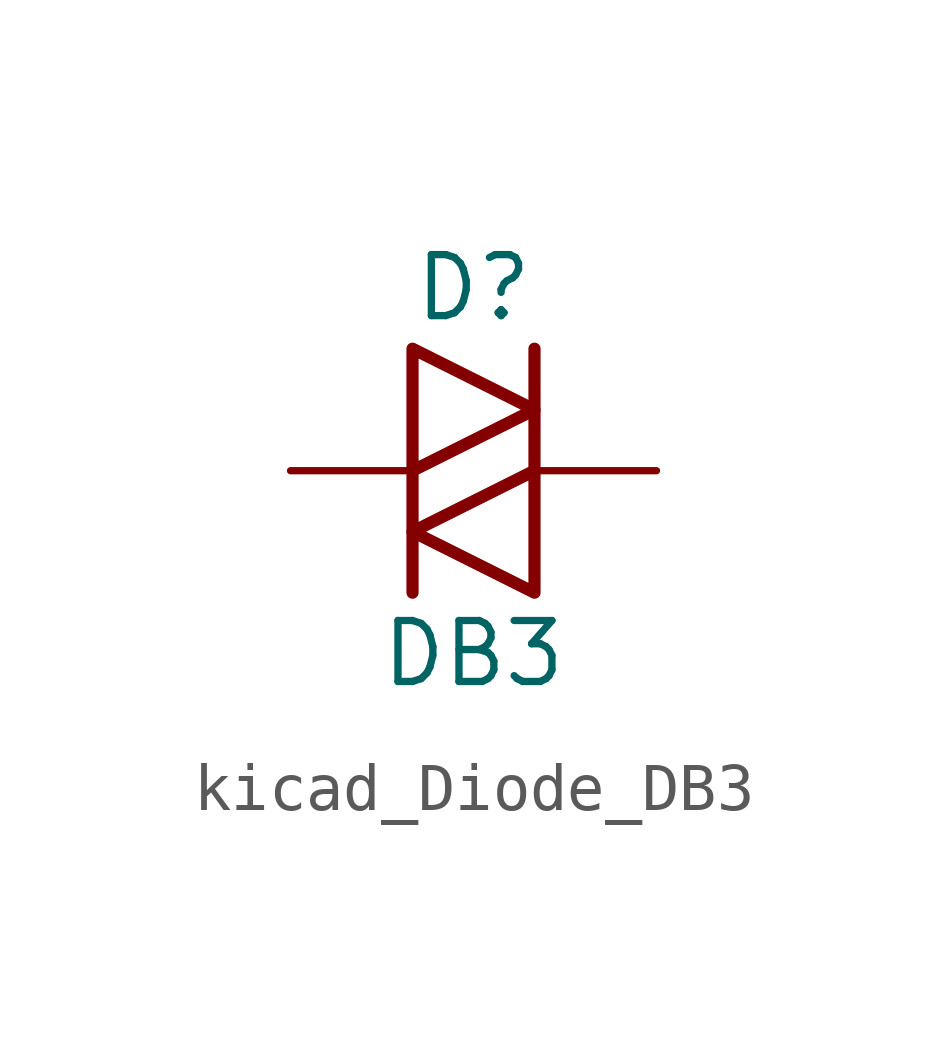
<source format=kicad_sym>
(kicad_symbol_lib
  (version 20220914)
  (generator kicad_symbol_editor)
  (symbol "kicad_Diode_DB3"
    (pin_numbers hide)
    (pin_names
      (offset 1.016) hide)
    (property "Reference" "D"
      (at 0 3.81 0)
      (effects (font (size 1.27 1.27))))
    (property "Value" "DB3"
      (at 0 -3.81 0)
      (effects (font (size 1.27 1.27))))
    (symbol "kicad_Diode_DB3_0_1"
      (polyline (pts (xy -1.27 0) (xy -1.27 -2.54)) (stroke (width 0.254) (type default)) (fill (type none)))
      (polyline (pts (xy 1.27 2.54) (xy 1.27 0)) (stroke (width 0.254) (type default)) (fill (type none)))
      (polyline (pts (xy -1.27 2.54) (xy -1.27 0) (xy 1.27 1.27) (xy -1.27 2.54)) (stroke (width 0.254) (type default)) (fill (type none)))
      (polyline (pts (xy 1.27 0) (xy 1.27 -2.54) (xy -1.27 -1.27) (xy 1.27 0)) (stroke (width 0.254) (type default)) (fill (type none))))
    (symbol "kicad_Diode_DB3_1_1"
      (pin passive line (at -3.81 0 0) (length 2.54) (name "K" (effects (font (size 1.27 1.27)))) (number "1" (effects (font (size 1.27 1.27)))))
      (pin passive line (at 3.81 0 180) (length 2.54) (name "A" (effects (font (size 1.27 1.27)))) (number "2" (effects (font (size 1.27 1.27))))))))
</source>
